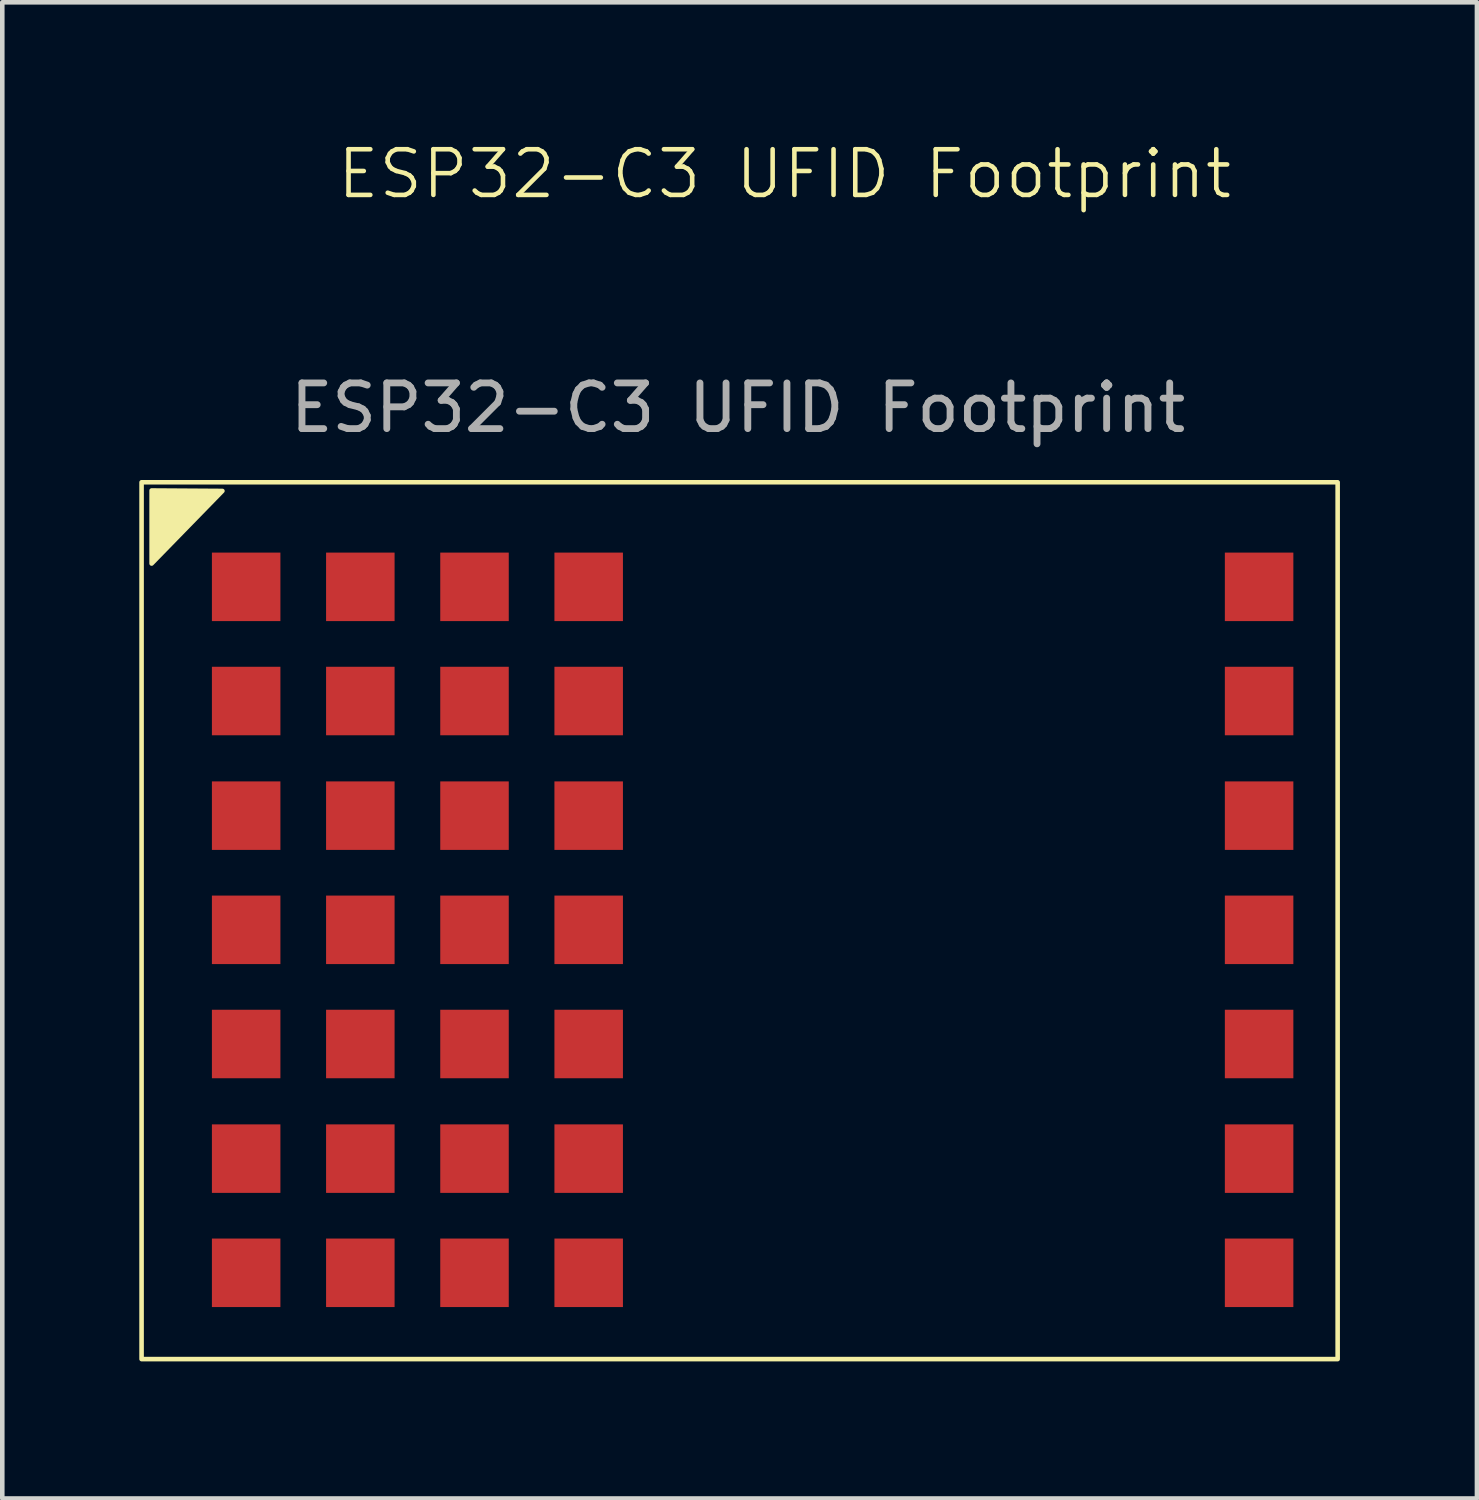
<source format=kicad_pcb>
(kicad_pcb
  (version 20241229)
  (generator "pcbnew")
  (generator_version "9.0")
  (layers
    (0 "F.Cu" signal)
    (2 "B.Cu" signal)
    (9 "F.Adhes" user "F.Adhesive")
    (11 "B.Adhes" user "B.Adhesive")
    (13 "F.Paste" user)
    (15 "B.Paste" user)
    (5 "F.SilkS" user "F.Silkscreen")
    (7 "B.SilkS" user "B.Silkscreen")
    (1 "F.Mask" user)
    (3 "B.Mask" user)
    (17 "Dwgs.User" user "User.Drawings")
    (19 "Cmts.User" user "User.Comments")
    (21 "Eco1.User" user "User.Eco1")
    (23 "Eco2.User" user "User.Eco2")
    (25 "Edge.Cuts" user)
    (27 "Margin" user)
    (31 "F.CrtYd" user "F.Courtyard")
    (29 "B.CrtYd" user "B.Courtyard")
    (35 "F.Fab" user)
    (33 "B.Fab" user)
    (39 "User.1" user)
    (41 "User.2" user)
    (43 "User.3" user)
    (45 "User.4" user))
  (footprint "ESP32-C3 UFID Footprint"
    (layer "F.Cu")
    (at 13.84 17.5)
    (property "Reference" "ESP32-C3 UFID Footprint" (at 0.29 -16.74 0) (unlocked yes) (layer "F.SilkS") (effects (font (size 1 1) (thickness 0.1))))
    (attr smd)
    (fp_rect (start -13.79 -9.99) (end 12.4 9.21) (stroke (width 0.1) (type default)) (fill no) (layer "F.SilkS"))
    (fp_poly (pts (xy -13.57 -8.36) (xy -13.57 -9.81) (xy -12.02 -9.8) (xy -13.57 -8.21)) (stroke (width 0.1) (type solid)) (fill yes) (layer "F.SilkS"))
    (fp_text user "${REFERENCE}" (at -0.73 -11.62 0) (unlocked yes) (layer "F.Fab") (effects (font (size 1 1) (thickness 0.15))))
    (pad "1" smd rect (at -11.5 -7.7) (size 1.5 1.5) (layers "F.Cu" "F.Mask"))
    (pad "2" smd rect (at -9 -7.7) (size 1.5 1.5) (layers "F.Cu" "F.Mask"))
    (pad "3" smd rect (at -6.5 -7.7) (size 1.5 1.5) (layers "F.Cu" "F.Mask"))
    (pad "4" smd rect (at -4 -7.7) (size 1.5 1.5) (layers "F.Cu" "F.Mask"))
    (pad "5" smd rect (at -11.5 -5.2) (size 1.5 1.5) (layers "F.Cu" "F.Mask"))
    (pad "6" smd rect (at -9 -5.2) (size 1.5 1.5) (layers "F.Cu" "F.Mask"))
    (pad "7" smd rect (at -6.5 -5.2) (size 1.5 1.5) (layers "F.Cu" "F.Mask"))
    (pad "8" smd rect (at -4 -5.2) (size 1.5 1.5) (layers "F.Cu" "F.Mask"))
    (pad "9" smd rect (at -11.5 -2.69) (size 1.5 1.5) (layers "F.Cu" "F.Mask"))
    (pad "10" smd rect (at -9 -2.69) (size 1.5 1.5) (layers "F.Cu" "F.Mask"))
    (pad "11" smd rect (at -6.5 -2.69) (size 1.5 1.5) (layers "F.Cu" "F.Mask"))
    (pad "12" smd rect (at -4 -2.69) (size 1.5 1.5) (layers "F.Cu" "F.Mask"))
    (pad "13" smd rect (at -11.5 -0.19) (size 1.5 1.5) (layers "F.Cu" "F.Mask"))
    (pad "14" smd rect (at -9 -0.19) (size 1.5 1.5) (layers "F.Cu" "F.Mask"))
    (pad "15" smd rect (at -6.5 -0.19) (size 1.5 1.5) (layers "F.Cu" "F.Mask"))
    (pad "16" smd rect (at -4 -0.19) (size 1.5 1.5) (layers "F.Cu" "F.Mask"))
    (pad "17" smd rect (at -11.5 2.31) (size 1.5 1.5) (layers "F.Cu" "F.Mask"))
    (pad "18" smd rect (at -9 2.31) (size 1.5 1.5) (layers "F.Cu" "F.Mask"))
    (pad "19" smd rect (at -6.5 2.31) (size 1.5 1.5) (layers "F.Cu" "F.Mask"))
    (pad "20" smd rect (at -4 2.31) (size 1.5 1.5) (layers "F.Cu" "F.Mask"))
    (pad "21" smd rect (at -11.5 4.82) (size 1.5 1.5) (layers "F.Cu" "F.Mask"))
    (pad "22" smd rect (at -9 4.82) (size 1.5 1.5) (layers "F.Cu" "F.Mask"))
    (pad "23" smd rect (at -6.5 4.82) (size 1.5 1.5) (layers "F.Cu" "F.Mask"))
    (pad "24" smd rect (at -4 4.82) (size 1.5 1.5) (layers "F.Cu" "F.Mask"))
    (pad "25" smd rect (at -11.5 7.32) (size 1.5 1.5) (layers "F.Cu" "F.Mask"))
    (pad "26" smd rect (at -9 7.32) (size 1.5 1.5) (layers "F.Cu" "F.Mask"))
    (pad "27" smd rect (at -6.5 7.32) (size 1.5 1.5) (layers "F.Cu" "F.Mask"))
    (pad "28" smd rect (at -4 7.32) (size 1.5 1.5) (layers "F.Cu" "F.Mask"))
    (pad "29" smd rect (at 10.68 7.32) (size 1.5 1.5) (layers "F.Cu" "F.Mask"))
    (pad "30" smd rect (at 10.68 4.82) (size 1.5 1.5) (layers "F.Cu" "F.Mask"))
    (pad "31" smd rect (at 10.68 2.31) (size 1.5 1.5) (layers "F.Cu" "F.Mask"))
    (pad "32" smd rect (at 10.68 -0.19) (size 1.5 1.5) (layers "F.Cu" "F.Mask"))
    (pad "33" smd rect (at 10.68 -2.69) (size 1.5 1.5) (layers "F.Cu" "F.Mask"))
    (pad "34" smd rect (at 10.68 -5.2) (size 1.5 1.5) (layers "F.Cu" "F.Mask"))
    (pad "35" smd rect (at 10.68 -7.7) (size 1.5 1.5) (layers "F.Cu" "F.Mask")))
  (gr_rect
    (start -3 -3)
    (end 29.29 29.761)
    (stroke (width 0.1) (type default))
    (fill no)
    (layer "Edge.Cuts")))
</source>
